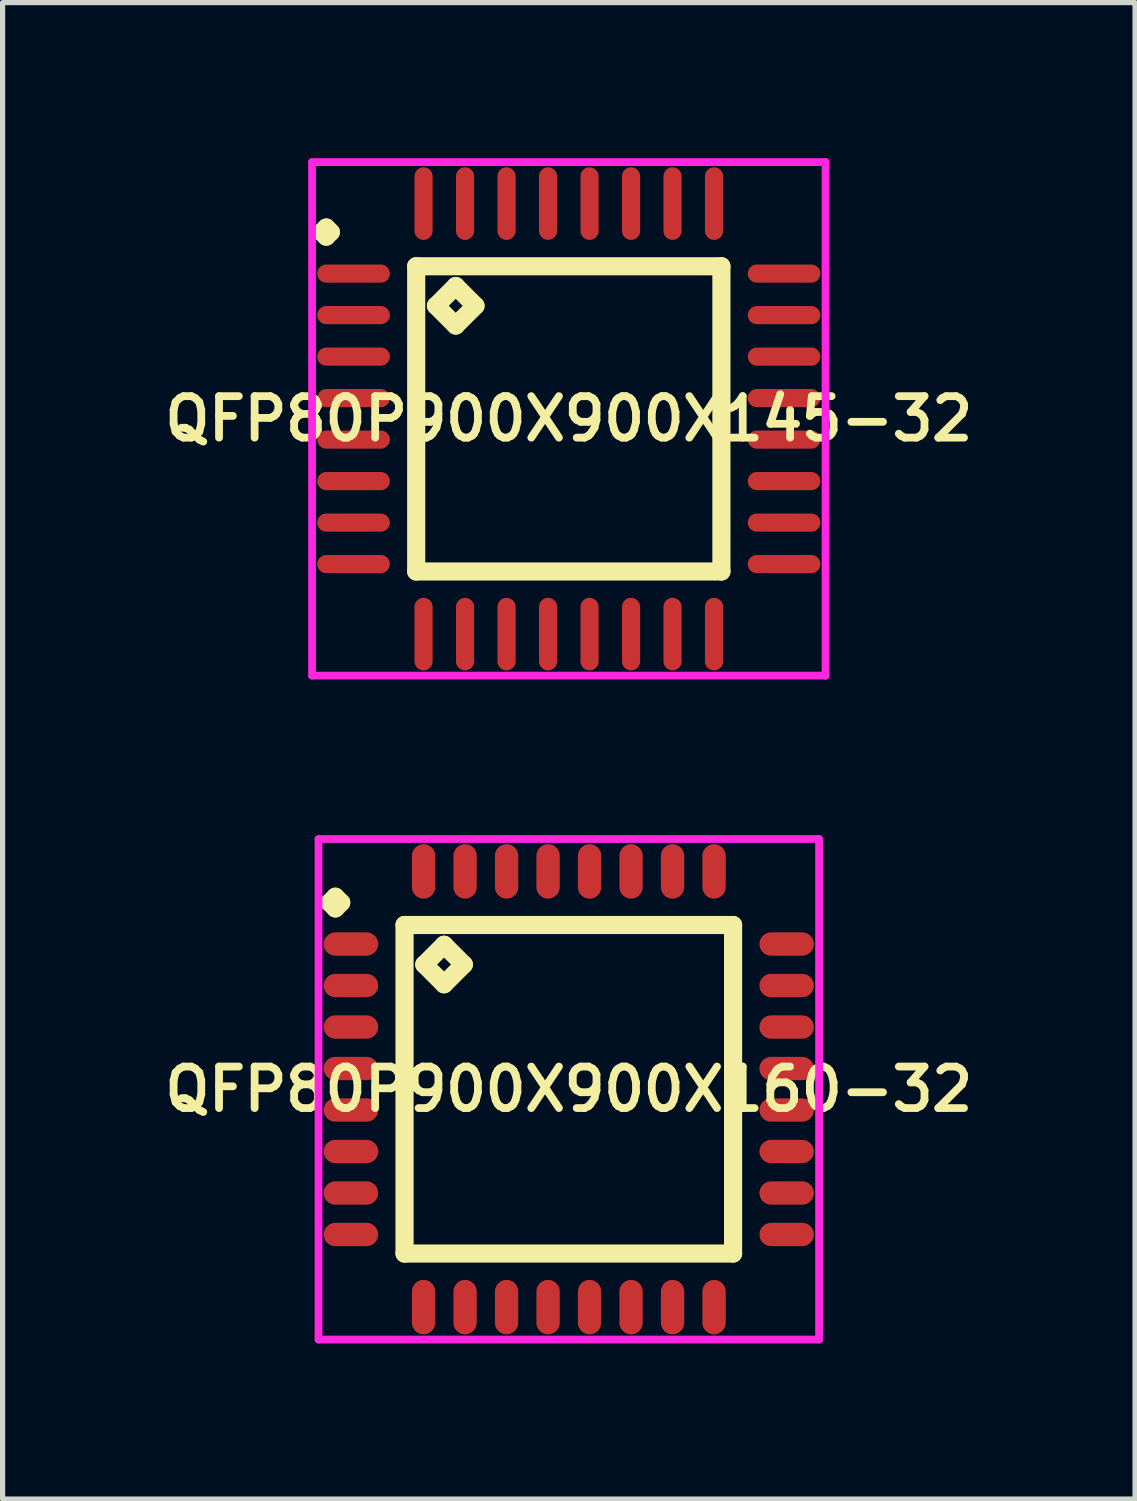
<source format=kicad_pcb>
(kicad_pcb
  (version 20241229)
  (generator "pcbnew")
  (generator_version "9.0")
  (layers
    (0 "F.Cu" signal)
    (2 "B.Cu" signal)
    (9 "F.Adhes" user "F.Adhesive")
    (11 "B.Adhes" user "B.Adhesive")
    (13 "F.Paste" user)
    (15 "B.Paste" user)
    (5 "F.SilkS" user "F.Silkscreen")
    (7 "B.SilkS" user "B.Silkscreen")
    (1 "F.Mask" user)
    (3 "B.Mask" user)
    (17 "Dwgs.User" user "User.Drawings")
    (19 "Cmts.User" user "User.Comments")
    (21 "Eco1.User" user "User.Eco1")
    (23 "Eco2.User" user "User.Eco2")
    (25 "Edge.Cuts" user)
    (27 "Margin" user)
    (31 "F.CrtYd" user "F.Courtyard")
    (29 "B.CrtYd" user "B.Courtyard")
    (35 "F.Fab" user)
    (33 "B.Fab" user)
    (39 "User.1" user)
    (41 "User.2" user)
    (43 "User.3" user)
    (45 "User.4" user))
  (footprint "QFP80P900X900X145-32"
    (layer "F.Cu")
    (at 7.916 5.025)
    (property "Reference" "QFP80P900X900X145-32" (at 0 0 0) (layer "F.SilkS") (effects (font (size 0.8 0.8) (thickness 0.15))))
    (attr smd)
    (fp_line (start -4.763 -3.6) (end -4.675 -3.688) (stroke (width 0.35) (type solid)) (layer "F.SilkS"))
    (fp_line (start -4.675 -3.688) (end -4.588 -3.6) (stroke (width 0.35) (type solid)) (layer "F.SilkS"))
    (fp_line (start -4.675 -3.513) (end -4.763 -3.6) (stroke (width 0.35) (type solid)) (layer "F.SilkS"))
    (fp_line (start -4.588 -3.6) (end -4.675 -3.513) (stroke (width 0.35) (type solid)) (layer "F.SilkS"))
    (fp_line (start -2.942 -2.942) (end -2.942 2.942) (stroke (width 0.35) (type solid)) (layer "F.SilkS"))
    (fp_line (start -2.942 2.942) (end 2.942 2.942) (stroke (width 0.35) (type solid)) (layer "F.SilkS"))
    (fp_line (start -2.561 -2.18) (end -2.18 -2.561) (stroke (width 0.35) (type solid)) (layer "F.SilkS"))
    (fp_line (start -2.18 -2.561) (end -1.799 -2.18) (stroke (width 0.35) (type solid)) (layer "F.SilkS"))
    (fp_line (start -2.18 -1.799) (end -2.561 -2.18) (stroke (width 0.35) (type solid)) (layer "F.SilkS"))
    (fp_line (start -1.799 -2.18) (end -2.18 -1.799) (stroke (width 0.35) (type solid)) (layer "F.SilkS"))
    (fp_line (start 2.942 -2.942) (end -2.942 -2.942) (stroke (width 0.35) (type solid)) (layer "F.SilkS"))
    (fp_line (start 2.942 2.942) (end 2.942 -2.942) (stroke (width 0.35) (type solid)) (layer "F.SilkS"))
    (fp_line (start -4.95 -4.95) (end 4.95 -4.95) (stroke (width 0.15) (type solid)) (layer "F.CrtYd"))
    (fp_line (start -4.95 4.95) (end -4.95 -4.95) (stroke (width 0.15) (type solid)) (layer "F.CrtYd"))
    (fp_line (start 4.95 -4.95) (end 4.95 4.95) (stroke (width 0.15) (type solid)) (layer "F.CrtYd"))
    (fp_line (start 4.95 4.95) (end -4.95 4.95) (stroke (width 0.15) (type solid)) (layer "F.CrtYd"))
    (pad "1" smd oval (at -4.15 -2.8) (size 1.4 0.35) (layers "F.Cu" "F.Mask" "F.Paste"))
    (pad "2" smd oval (at -4.15 -2) (size 1.4 0.35) (layers "F.Cu" "F.Mask" "F.Paste"))
    (pad "3" smd oval (at -4.15 -1.2) (size 1.4 0.35) (layers "F.Cu" "F.Mask" "F.Paste"))
    (pad "4" smd oval (at -4.15 -0.4) (size 1.4 0.35) (layers "F.Cu" "F.Mask" "F.Paste"))
    (pad "5" smd oval (at -4.15 0.4) (size 1.4 0.35) (layers "F.Cu" "F.Mask" "F.Paste"))
    (pad "6" smd oval (at -4.15 1.2) (size 1.4 0.35) (layers "F.Cu" "F.Mask" "F.Paste"))
    (pad "7" smd oval (at -4.15 2) (size 1.4 0.35) (layers "F.Cu" "F.Mask" "F.Paste"))
    (pad "8" smd oval (at -4.15 2.8) (size 1.4 0.35) (layers "F.Cu" "F.Mask" "F.Paste"))
    (pad "9" smd oval (at -2.8 4.15) (size 0.35 1.4) (layers "F.Cu" "F.Mask" "F.Paste"))
    (pad "10" smd oval (at -2 4.15) (size 0.35 1.4) (layers "F.Cu" "F.Mask" "F.Paste"))
    (pad "11" smd oval (at -1.2 4.15) (size 0.35 1.4) (layers "F.Cu" "F.Mask" "F.Paste"))
    (pad "12" smd oval (at -0.4 4.15) (size 0.35 1.4) (layers "F.Cu" "F.Mask" "F.Paste"))
    (pad "13" smd oval (at 0.4 4.15) (size 0.35 1.4) (layers "F.Cu" "F.Mask" "F.Paste"))
    (pad "14" smd oval (at 1.2 4.15) (size 0.35 1.4) (layers "F.Cu" "F.Mask" "F.Paste"))
    (pad "15" smd oval (at 2 4.15) (size 0.35 1.4) (layers "F.Cu" "F.Mask" "F.Paste"))
    (pad "16" smd oval (at 2.8 4.15) (size 0.35 1.4) (layers "F.Cu" "F.Mask" "F.Paste"))
    (pad "17" smd oval (at 4.15 2.8) (size 1.4 0.35) (layers "F.Cu" "F.Mask" "F.Paste"))
    (pad "18" smd oval (at 4.15 2) (size 1.4 0.35) (layers "F.Cu" "F.Mask" "F.Paste"))
    (pad "19" smd oval (at 4.15 1.2) (size 1.4 0.35) (layers "F.Cu" "F.Mask" "F.Paste"))
    (pad "20" smd oval (at 4.15 0.4) (size 1.4 0.35) (layers "F.Cu" "F.Mask" "F.Paste"))
    (pad "21" smd oval (at 4.15 -0.4) (size 1.4 0.35) (layers "F.Cu" "F.Mask" "F.Paste"))
    (pad "22" smd oval (at 4.15 -1.2) (size 1.4 0.35) (layers "F.Cu" "F.Mask" "F.Paste"))
    (pad "23" smd oval (at 4.15 -2) (size 1.4 0.35) (layers "F.Cu" "F.Mask" "F.Paste"))
    (pad "24" smd oval (at 4.15 -2.8) (size 1.4 0.35) (layers "F.Cu" "F.Mask" "F.Paste"))
    (pad "25" smd oval (at 2.8 -4.15) (size 0.35 1.4) (layers "F.Cu" "F.Mask" "F.Paste"))
    (pad "26" smd oval (at 2 -4.15) (size 0.35 1.4) (layers "F.Cu" "F.Mask" "F.Paste"))
    (pad "27" smd oval (at 1.2 -4.15) (size 0.35 1.4) (layers "F.Cu" "F.Mask" "F.Paste"))
    (pad "28" smd oval (at 0.4 -4.15) (size 0.35 1.4) (layers "F.Cu" "F.Mask" "F.Paste"))
    (pad "29" smd oval (at -0.4 -4.15) (size 0.35 1.4) (layers "F.Cu" "F.Mask" "F.Paste"))
    (pad "30" smd oval (at -1.2 -4.15) (size 0.35 1.4) (layers "F.Cu" "F.Mask" "F.Paste"))
    (pad "31" smd oval (at -2 -4.15) (size 0.35 1.4) (layers "F.Cu" "F.Mask" "F.Paste"))
    (pad "32" smd oval (at -2.8 -4.15) (size 0.35 1.4) (layers "F.Cu" "F.Mask" "F.Paste")))
  (footprint "QFP80P900X900X160-32"
    (layer "F.Cu")
    (at 7.916 17.95)
    (property "Reference" "QFP80P900X900X160-32" (at 0 0 0) (layer "F.SilkS") (effects (font (size 0.8 0.8) (thickness 0.15))))
    (attr through_hole)
    (fp_line (start -4.612 -3.6) (end -4.5 -3.712) (stroke (width 0.35) (type solid)) (layer "F.SilkS"))
    (fp_line (start -4.5 -3.712) (end -4.388 -3.6) (stroke (width 0.35) (type solid)) (layer "F.SilkS"))
    (fp_line (start -4.5 -3.487) (end -4.612 -3.6) (stroke (width 0.35) (type solid)) (layer "F.SilkS"))
    (fp_line (start -4.388 -3.6) (end -4.5 -3.487) (stroke (width 0.35) (type solid)) (layer "F.SilkS"))
    (fp_line (start -3.167 -3.167) (end -3.167 3.167) (stroke (width 0.35) (type solid)) (layer "F.SilkS"))
    (fp_line (start -3.167 3.167) (end 3.167 3.167) (stroke (width 0.35) (type solid)) (layer "F.SilkS"))
    (fp_line (start -2.786 -2.405) (end -2.405 -2.786) (stroke (width 0.35) (type solid)) (layer "F.SilkS"))
    (fp_line (start -2.405 -2.786) (end -2.024 -2.405) (stroke (width 0.35) (type solid)) (layer "F.SilkS"))
    (fp_line (start -2.405 -2.024) (end -2.786 -2.405) (stroke (width 0.35) (type solid)) (layer "F.SilkS"))
    (fp_line (start -2.024 -2.405) (end -2.405 -2.024) (stroke (width 0.35) (type solid)) (layer "F.SilkS"))
    (fp_line (start 3.167 -3.167) (end -3.167 -3.167) (stroke (width 0.35) (type solid)) (layer "F.SilkS"))
    (fp_line (start 3.167 3.167) (end 3.167 -3.167) (stroke (width 0.35) (type solid)) (layer "F.SilkS"))
    (fp_line (start -4.825 -4.825) (end 4.825 -4.825) (stroke (width 0.15) (type solid)) (layer "F.CrtYd"))
    (fp_line (start -4.825 4.825) (end -4.825 -4.825) (stroke (width 0.15) (type solid)) (layer "F.CrtYd"))
    (fp_line (start 4.825 -4.825) (end 4.825 4.825) (stroke (width 0.15) (type solid)) (layer "F.CrtYd"))
    (fp_line (start 4.825 4.825) (end -4.825 4.825) (stroke (width 0.15) (type solid)) (layer "F.CrtYd"))
    (pad "1" smd oval (at -4.2 -2.8) (size 1.05 0.45) (layers "F.Cu" "F.Mask" "F.Paste"))
    (pad "2" smd oval (at -4.2 -2) (size 1.05 0.45) (layers "F.Cu" "F.Mask" "F.Paste"))
    (pad "3" smd oval (at -4.2 -1.2) (size 1.05 0.45) (layers "F.Cu" "F.Mask" "F.Paste"))
    (pad "4" smd oval (at -4.2 -0.4) (size 1.05 0.45) (layers "F.Cu" "F.Mask" "F.Paste"))
    (pad "5" smd oval (at -4.2 0.4) (size 1.05 0.45) (layers "F.Cu" "F.Mask" "F.Paste"))
    (pad "6" smd oval (at -4.2 1.2) (size 1.05 0.45) (layers "F.Cu" "F.Mask" "F.Paste"))
    (pad "7" smd oval (at -4.2 2) (size 1.05 0.45) (layers "F.Cu" "F.Mask" "F.Paste"))
    (pad "8" smd oval (at -4.2 2.8) (size 1.05 0.45) (layers "F.Cu" "F.Mask" "F.Paste"))
    (pad "9" smd oval (at -2.8 4.2) (size 0.45 1.05) (layers "F.Cu" "F.Mask" "F.Paste"))
    (pad "10" smd oval (at -2 4.2) (size 0.45 1.05) (layers "F.Cu" "F.Mask" "F.Paste"))
    (pad "11" smd oval (at -1.2 4.2) (size 0.45 1.05) (layers "F.Cu" "F.Mask" "F.Paste"))
    (pad "12" smd oval (at -0.4 4.2) (size 0.45 1.05) (layers "F.Cu" "F.Mask" "F.Paste"))
    (pad "13" smd oval (at 0.4 4.2) (size 0.45 1.05) (layers "F.Cu" "F.Mask" "F.Paste"))
    (pad "14" smd oval (at 1.2 4.2) (size 0.45 1.05) (layers "F.Cu" "F.Mask" "F.Paste"))
    (pad "15" smd oval (at 2 4.2) (size 0.45 1.05) (layers "F.Cu" "F.Mask" "F.Paste"))
    (pad "16" smd oval (at 2.8 4.2) (size 0.45 1.05) (layers "F.Cu" "F.Mask" "F.Paste"))
    (pad "17" smd oval (at 4.2 2.8) (size 1.05 0.45) (layers "F.Cu" "F.Mask" "F.Paste"))
    (pad "18" smd oval (at 4.2 2) (size 1.05 0.45) (layers "F.Cu" "F.Mask" "F.Paste"))
    (pad "19" smd oval (at 4.2 1.2) (size 1.05 0.45) (layers "F.Cu" "F.Mask" "F.Paste"))
    (pad "20" smd oval (at 4.2 0.4) (size 1.05 0.45) (layers "F.Cu" "F.Mask" "F.Paste"))
    (pad "21" smd oval (at 4.2 -0.4) (size 1.05 0.45) (layers "F.Cu" "F.Mask" "F.Paste"))
    (pad "22" smd oval (at 4.2 -1.2) (size 1.05 0.45) (layers "F.Cu" "F.Mask" "F.Paste"))
    (pad "23" smd oval (at 4.2 -2) (size 1.05 0.45) (layers "F.Cu" "F.Mask" "F.Paste"))
    (pad "24" smd oval (at 4.2 -2.8) (size 1.05 0.45) (layers "F.Cu" "F.Mask" "F.Paste"))
    (pad "25" smd oval (at 2.8 -4.2) (size 0.45 1.05) (layers "F.Cu" "F.Mask" "F.Paste"))
    (pad "26" smd oval (at 2 -4.2) (size 0.45 1.05) (layers "F.Cu" "F.Mask" "F.Paste"))
    (pad "27" smd oval (at 1.2 -4.2) (size 0.45 1.05) (layers "F.Cu" "F.Mask" "F.Paste"))
    (pad "28" smd oval (at 0.4 -4.2) (size 0.45 1.05) (layers "F.Cu" "F.Mask" "F.Paste"))
    (pad "29" smd oval (at -0.4 -4.2) (size 0.45 1.05) (layers "F.Cu" "F.Mask" "F.Paste"))
    (pad "30" smd oval (at -1.2 -4.2) (size 0.45 1.05) (layers "F.Cu" "F.Mask" "F.Paste"))
    (pad "31" smd oval (at -2 -4.2) (size 0.45 1.05) (layers "F.Cu" "F.Mask" "F.Paste"))
    (pad "32" smd oval (at -2.8 -4.2) (size 0.45 1.05) (layers "F.Cu" "F.Mask" "F.Paste")))
  (gr_rect
    (start -3 -3)
    (end 18.833 25.85)
    (stroke (width 0.1) (type default))
    (fill no)
    (layer "Edge.Cuts")))
</source>
